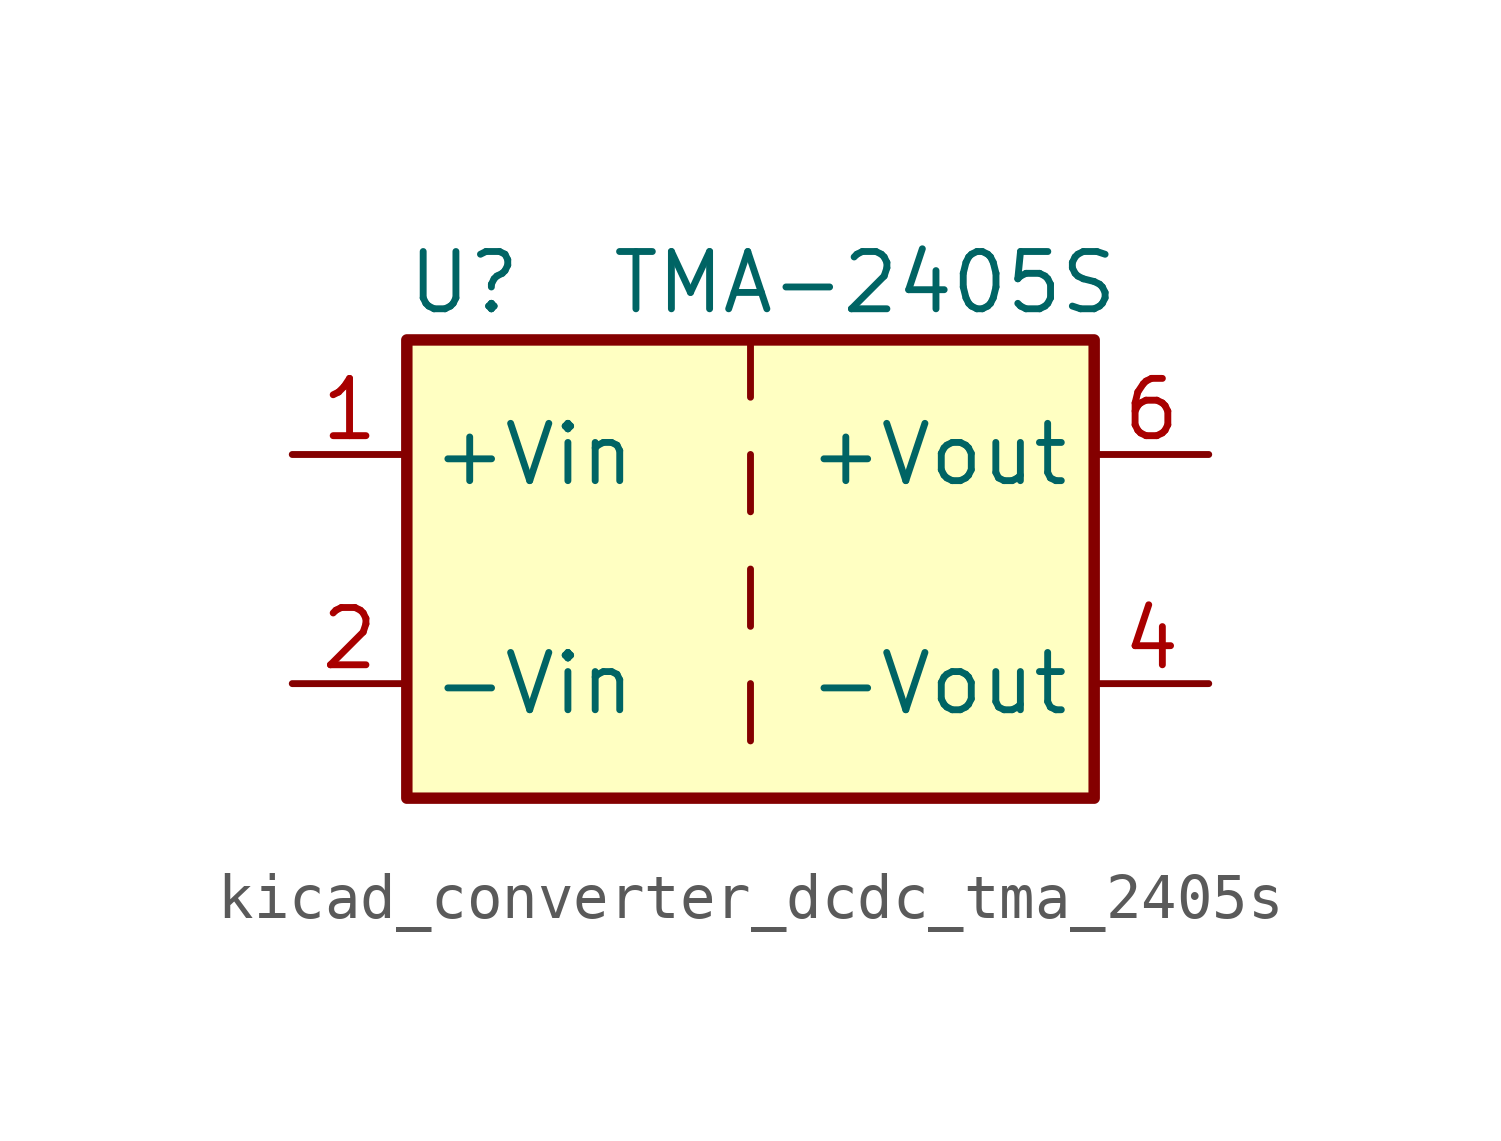
<source format=kicad_sym>
(kicad_symbol_lib
  (version 20220914)
  (generator kicad_symbol_editor)
  (symbol "kicad_converter_dcdc_tma_2405s"
    (property "Reference" "U"
      (at -6.35 6.35 0)
      (effects (font (size 1.27 1.27))))
    (property "Value" "TMA-2405S"
      (at 2.54 6.35 0)
      (effects (font (size 1.27 1.27))))
    (symbol "kicad_converter_dcdc_tma_2405s_0_1"
      (rectangle (start -7.62 5.08) (end 7.62 -5.08) (stroke (width 0.254) (type default)) (fill (type background)))
      (polyline (pts (xy 0 -2.54) (xy 0 -3.81)) (stroke (width 0) (type default)) (fill (type none)))
      (polyline (pts (xy 0 0) (xy 0 -1.27)) (stroke (width 0) (type default)) (fill (type none)))
      (polyline (pts (xy 0 2.54) (xy 0 1.27)) (stroke (width 0) (type default)) (fill (type none)))
      (polyline (pts (xy 0 5.08) (xy 0 3.81)) (stroke (width 0) (type default)) (fill (type none))))
    (symbol "kicad_converter_dcdc_tma_2405s_1_1"
      (pin power_in line (at -10.16 2.54 0) (length 2.54) (name "+Vin" (effects (font (size 1.27 1.27)))) (number "1" (effects (font (size 1.27 1.27)))))
      (pin power_in line (at -10.16 -2.54 0) (length 2.54) (name "-Vin" (effects (font (size 1.27 1.27)))) (number "2" (effects (font (size 1.27 1.27)))))
      (pin power_out line (at 10.16 -2.54 180) (length 2.54) (name "-Vout" (effects (font (size 1.27 1.27)))) (number "4" (effects (font (size 1.27 1.27)))))
      (pin power_out line (at 10.16 2.54 180) (length 2.54) (name "+Vout" (effects (font (size 1.27 1.27)))) (number "6" (effects (font (size 1.27 1.27))))))))
</source>
